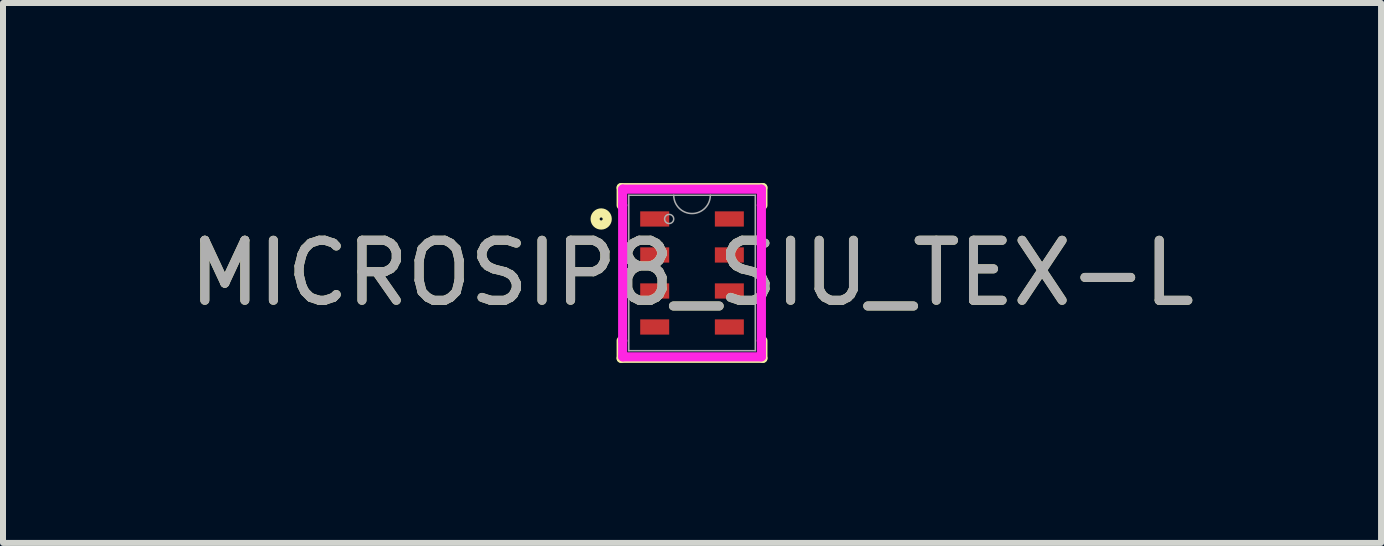
<source format=kicad_pcb>
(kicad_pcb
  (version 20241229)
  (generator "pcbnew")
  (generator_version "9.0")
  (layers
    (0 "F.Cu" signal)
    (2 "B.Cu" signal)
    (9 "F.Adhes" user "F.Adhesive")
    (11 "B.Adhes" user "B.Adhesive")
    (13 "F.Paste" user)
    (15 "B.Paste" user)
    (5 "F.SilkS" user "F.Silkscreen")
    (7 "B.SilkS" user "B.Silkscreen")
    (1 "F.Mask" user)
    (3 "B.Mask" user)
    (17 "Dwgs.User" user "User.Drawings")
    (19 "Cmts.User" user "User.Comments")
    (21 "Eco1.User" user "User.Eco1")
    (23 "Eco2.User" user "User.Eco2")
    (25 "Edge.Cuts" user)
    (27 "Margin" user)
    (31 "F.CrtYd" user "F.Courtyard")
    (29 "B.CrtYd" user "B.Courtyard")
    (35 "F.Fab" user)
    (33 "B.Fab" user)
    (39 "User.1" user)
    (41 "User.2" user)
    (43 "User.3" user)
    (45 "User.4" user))
  (footprint "MICROSIP8_SIU_TEX-L"
    (layer "F.Cu")
    (at 8.482 1.499)
    (property "Reference" "MICROSIP8_SIU_TEX-L" (at 0 0 0) (unlocked yes) (layer "F.SilkS") (effects (font (size 1 1) (thickness 0.15))))
    (attr smd)
    (fp_line (start -1.181 -1.422) (end -1.181 -1.127) (stroke (width 0.152) (type solid)) (layer "F.SilkS"))
    (fp_line (start -1.181 1.127) (end -1.181 1.422) (stroke (width 0.152) (type solid)) (layer "F.SilkS"))
    (fp_line (start -1.181 1.422) (end 1.181 1.422) (stroke (width 0.152) (type solid)) (layer "F.SilkS"))
    (fp_line (start 1.181 -1.422) (end -1.181 -1.422) (stroke (width 0.152) (type solid)) (layer "F.SilkS"))
    (fp_line (start 1.181 -1.127) (end 1.181 -1.422) (stroke (width 0.152) (type solid)) (layer "F.SilkS"))
    (fp_line (start 1.181 1.422) (end 1.181 1.127) (stroke (width 0.152) (type solid)) (layer "F.SilkS"))
    (fp_circle (center -1.514 -0.9) (end -1.413 -0.9) (stroke (width 0.152) (type solid)) (fill no) (layer "F.SilkS"))
    (fp_line (start -1.156 -1.397) (end 1.156 -1.397) (stroke (width 0.152) (type solid)) (layer "F.CrtYd"))
    (fp_line (start -1.156 -1.129) (end -1.156 -1.397) (stroke (width 0.152) (type solid)) (layer "F.CrtYd"))
    (fp_line (start -1.156 -1.129) (end -1.156 -1.129) (stroke (width 0.152) (type solid)) (layer "F.CrtYd"))
    (fp_line (start -1.156 1.129) (end -1.156 -1.129) (stroke (width 0.152) (type solid)) (layer "F.CrtYd"))
    (fp_line (start -1.156 1.129) (end -1.156 1.129) (stroke (width 0.152) (type solid)) (layer "F.CrtYd"))
    (fp_line (start -1.156 1.397) (end -1.156 1.129) (stroke (width 0.152) (type solid)) (layer "F.CrtYd"))
    (fp_line (start 1.156 -1.397) (end 1.156 -1.129) (stroke (width 0.152) (type solid)) (layer "F.CrtYd"))
    (fp_line (start 1.156 -1.129) (end 1.156 -1.129) (stroke (width 0.152) (type solid)) (layer "F.CrtYd"))
    (fp_line (start 1.156 -1.129) (end 1.156 1.129) (stroke (width 0.152) (type solid)) (layer "F.CrtYd"))
    (fp_line (start 1.156 1.129) (end 1.156 1.129) (stroke (width 0.152) (type solid)) (layer "F.CrtYd"))
    (fp_line (start 1.156 1.129) (end 1.156 1.397) (stroke (width 0.152) (type solid)) (layer "F.CrtYd"))
    (fp_line (start 1.156 1.397) (end -1.156 1.397) (stroke (width 0.152) (type solid)) (layer "F.CrtYd"))
    (fp_line (start -1.054 -1.295) (end -1.054 1.295) (stroke (width 0.025) (type solid)) (layer "F.Fab"))
    (fp_line (start -1.054 1.295) (end 1.054 1.295) (stroke (width 0.025) (type solid)) (layer "F.Fab"))
    (fp_line (start 1.054 -1.295) (end -1.054 -1.295) (stroke (width 0.025) (type solid)) (layer "F.Fab"))
    (fp_line (start 1.054 1.295) (end 1.054 -1.295) (stroke (width 0.025) (type solid)) (layer "F.Fab"))
    (fp_arc (start 0.3048 -1.2954) (mid 0 -0.9906) (end -0.3048 -1.2954) (stroke (width 0.0254) (type solid)) (layer "F.Fab"))
    (fp_circle (center -0.381 -0.9) (end -0.305 -0.9) (stroke (width 0.025) (type solid)) (fill no) (layer "F.Fab"))
    (fp_text user "${REFERENCE}" (at 0 0 0) (unlocked yes) (layer "F.Fab") (effects (font (size 1 1) (thickness 0.15))))
    (pad "1" smd rect (at -0.622 -0.9) (size 0.483 0.254) (layers "F.Cu" "F.Mask" "F.Paste"))
    (pad "2" smd rect (at -0.622 -0.3) (size 0.483 0.254) (layers "F.Cu" "F.Mask" "F.Paste"))
    (pad "3" smd rect (at -0.622 0.3) (size 0.483 0.254) (layers "F.Cu" "F.Mask" "F.Paste"))
    (pad "4" smd rect (at -0.622 0.9) (size 0.483 0.254) (layers "F.Cu" "F.Mask" "F.Paste"))
    (pad "5" smd rect (at 0.622 0.9) (size 0.483 0.254) (layers "F.Cu" "F.Mask" "F.Paste"))
    (pad "6" smd rect (at 0.622 0.3) (size 0.483 0.254) (layers "F.Cu" "F.Mask" "F.Paste"))
    (pad "7" smd rect (at 0.622 -0.3) (size 0.483 0.254) (layers "F.Cu" "F.Mask" "F.Paste"))
    (pad "8" smd rect (at 0.622 -0.9) (size 0.483 0.254) (layers "F.Cu" "F.Mask" "F.Paste")))
  (gr_rect
    (start -3 -3)
    (end 19.964 5.997)
    (stroke (width 0.1) (type default))
    (fill no)
    (layer "Edge.Cuts")))
</source>
